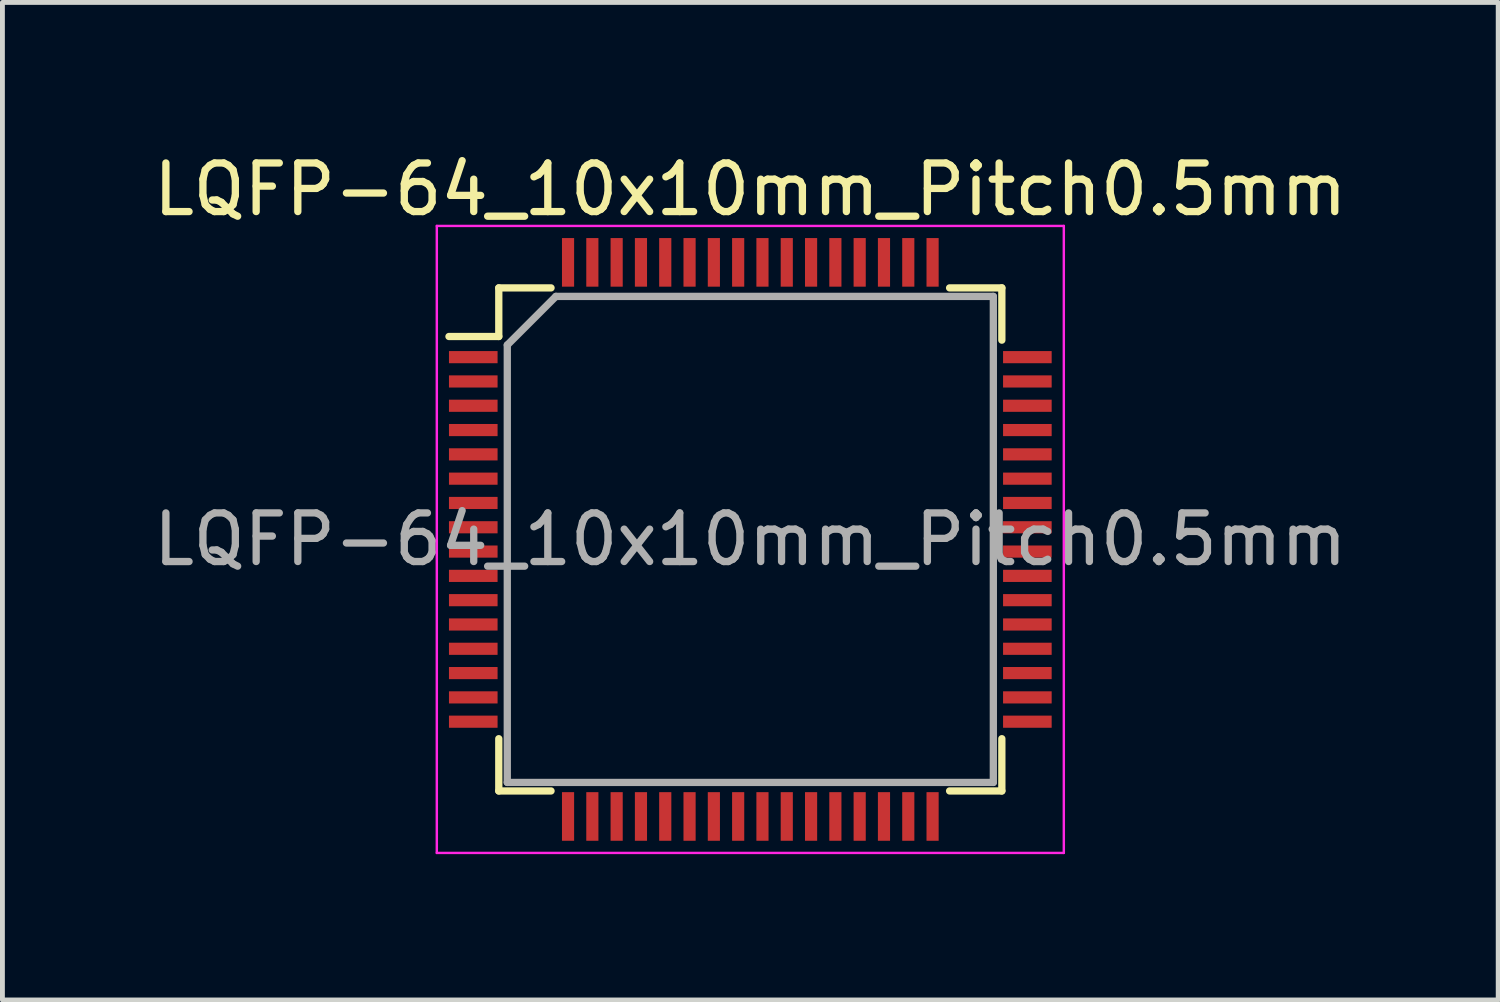
<source format=kicad_pcb>
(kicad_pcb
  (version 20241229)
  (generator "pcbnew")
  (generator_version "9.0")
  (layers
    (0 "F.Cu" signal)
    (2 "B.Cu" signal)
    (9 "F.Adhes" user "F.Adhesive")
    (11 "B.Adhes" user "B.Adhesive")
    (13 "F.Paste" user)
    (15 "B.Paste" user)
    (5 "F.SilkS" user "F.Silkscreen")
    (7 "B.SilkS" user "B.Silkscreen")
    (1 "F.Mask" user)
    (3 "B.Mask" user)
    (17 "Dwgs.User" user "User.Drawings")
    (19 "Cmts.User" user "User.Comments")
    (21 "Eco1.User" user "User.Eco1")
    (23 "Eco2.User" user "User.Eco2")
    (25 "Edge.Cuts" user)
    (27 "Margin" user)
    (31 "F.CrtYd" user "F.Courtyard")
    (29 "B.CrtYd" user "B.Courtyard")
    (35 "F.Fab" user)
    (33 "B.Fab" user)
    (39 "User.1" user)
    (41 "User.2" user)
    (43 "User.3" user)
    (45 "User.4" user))
  (footprint "LQFP-64_10x10mm_Pitch0.5mm"
    (layer "F.Cu")
    (at 12.387 8.048)
    (property "Reference" "LQFP-64_10x10mm_Pitch0.5mm" (at 0 -7.2 0) (layer "F.SilkS") (effects (font (size 1 1) (thickness 0.15))))
    (attr smd)
    (fp_line (start -5.175 -5.175) (end -5.175 -4.175) (stroke (width 0.15) (type solid)) (layer "F.SilkS"))
    (fp_line (start -5.175 -5.175) (end -4.1 -5.175) (stroke (width 0.15) (type solid)) (layer "F.SilkS"))
    (fp_line (start -5.175 -4.175) (end -6.2 -4.175) (stroke (width 0.15) (type solid)) (layer "F.SilkS"))
    (fp_line (start -5.175 5.175) (end -5.175 4.1) (stroke (width 0.15) (type solid)) (layer "F.SilkS"))
    (fp_line (start -5.175 5.175) (end -4.1 5.175) (stroke (width 0.15) (type solid)) (layer "F.SilkS"))
    (fp_line (start 5.175 -5.175) (end 4.1 -5.175) (stroke (width 0.15) (type solid)) (layer "F.SilkS"))
    (fp_line (start 5.175 -5.175) (end 5.175 -4.1) (stroke (width 0.15) (type solid)) (layer "F.SilkS"))
    (fp_line (start 5.175 5.175) (end 4.1 5.175) (stroke (width 0.15) (type solid)) (layer "F.SilkS"))
    (fp_line (start 5.175 5.175) (end 5.175 4.1) (stroke (width 0.15) (type solid)) (layer "F.SilkS"))
    (fp_line (start -6.45 -6.45) (end -6.45 6.45) (stroke (width 0.05) (type solid)) (layer "F.CrtYd"))
    (fp_line (start -6.45 -6.45) (end 6.45 -6.45) (stroke (width 0.05) (type solid)) (layer "F.CrtYd"))
    (fp_line (start -6.45 6.45) (end 6.45 6.45) (stroke (width 0.05) (type solid)) (layer "F.CrtYd"))
    (fp_line (start 6.45 -6.45) (end 6.45 6.45) (stroke (width 0.05) (type solid)) (layer "F.CrtYd"))
    (fp_line (start -5 -4) (end -4 -5) (stroke (width 0.15) (type solid)) (layer "F.Fab"))
    (fp_line (start -5 5) (end -5 -4) (stroke (width 0.15) (type solid)) (layer "F.Fab"))
    (fp_line (start -4 -5) (end 5 -5) (stroke (width 0.15) (type solid)) (layer "F.Fab"))
    (fp_line (start 5 -5) (end 5 5) (stroke (width 0.15) (type solid)) (layer "F.Fab"))
    (fp_line (start 5 5) (end -5 5) (stroke (width 0.15) (type solid)) (layer "F.Fab"))
    (fp_text user "${REFERENCE}" (at 0 0 0) (layer "F.Fab") (effects (font (size 1 1) (thickness 0.15))))
    (pad "1" smd rect (at -5.7 -3.75) (size 1 0.25) (layers "F.Cu" "F.Mask" "F.Paste"))
    (pad "2" smd rect (at -5.7 -3.25) (size 1 0.25) (layers "F.Cu" "F.Mask" "F.Paste"))
    (pad "3" smd rect (at -5.7 -2.75) (size 1 0.25) (layers "F.Cu" "F.Mask" "F.Paste"))
    (pad "4" smd rect (at -5.7 -2.25) (size 1 0.25) (layers "F.Cu" "F.Mask" "F.Paste"))
    (pad "5" smd rect (at -5.7 -1.75) (size 1 0.25) (layers "F.Cu" "F.Mask" "F.Paste"))
    (pad "6" smd rect (at -5.7 -1.25) (size 1 0.25) (layers "F.Cu" "F.Mask" "F.Paste"))
    (pad "7" smd rect (at -5.7 -0.75) (size 1 0.25) (layers "F.Cu" "F.Mask" "F.Paste"))
    (pad "8" smd rect (at -5.7 -0.25) (size 1 0.25) (layers "F.Cu" "F.Mask" "F.Paste"))
    (pad "9" smd rect (at -5.7 0.25) (size 1 0.25) (layers "F.Cu" "F.Mask" "F.Paste"))
    (pad "10" smd rect (at -5.7 0.75) (size 1 0.25) (layers "F.Cu" "F.Mask" "F.Paste"))
    (pad "11" smd rect (at -5.7 1.25) (size 1 0.25) (layers "F.Cu" "F.Mask" "F.Paste"))
    (pad "12" smd rect (at -5.7 1.75) (size 1 0.25) (layers "F.Cu" "F.Mask" "F.Paste"))
    (pad "13" smd rect (at -5.7 2.25) (size 1 0.25) (layers "F.Cu" "F.Mask" "F.Paste"))
    (pad "14" smd rect (at -5.7 2.75) (size 1 0.25) (layers "F.Cu" "F.Mask" "F.Paste"))
    (pad "15" smd rect (at -5.7 3.25) (size 1 0.25) (layers "F.Cu" "F.Mask" "F.Paste"))
    (pad "16" smd rect (at -5.7 3.75) (size 1 0.25) (layers "F.Cu" "F.Mask" "F.Paste"))
    (pad "17" smd rect (at -3.75 5.7 90) (size 1 0.25) (layers "F.Cu" "F.Mask" "F.Paste"))
    (pad "18" smd rect (at -3.25 5.7 90) (size 1 0.25) (layers "F.Cu" "F.Mask" "F.Paste"))
    (pad "19" smd rect (at -2.75 5.7 90) (size 1 0.25) (layers "F.Cu" "F.Mask" "F.Paste"))
    (pad "20" smd rect (at -2.25 5.7 90) (size 1 0.25) (layers "F.Cu" "F.Mask" "F.Paste"))
    (pad "21" smd rect (at -1.75 5.7 90) (size 1 0.25) (layers "F.Cu" "F.Mask" "F.Paste"))
    (pad "22" smd rect (at -1.25 5.7 90) (size 1 0.25) (layers "F.Cu" "F.Mask" "F.Paste"))
    (pad "23" smd rect (at -0.75 5.7 90) (size 1 0.25) (layers "F.Cu" "F.Mask" "F.Paste"))
    (pad "24" smd rect (at -0.25 5.7 90) (size 1 0.25) (layers "F.Cu" "F.Mask" "F.Paste"))
    (pad "25" smd rect (at 0.25 5.7 90) (size 1 0.25) (layers "F.Cu" "F.Mask" "F.Paste"))
    (pad "26" smd rect (at 0.75 5.7 90) (size 1 0.25) (layers "F.Cu" "F.Mask" "F.Paste"))
    (pad "27" smd rect (at 1.25 5.7 90) (size 1 0.25) (layers "F.Cu" "F.Mask" "F.Paste"))
    (pad "28" smd rect (at 1.75 5.7 90) (size 1 0.25) (layers "F.Cu" "F.Mask" "F.Paste"))
    (pad "29" smd rect (at 2.25 5.7 90) (size 1 0.25) (layers "F.Cu" "F.Mask" "F.Paste"))
    (pad "30" smd rect (at 2.75 5.7 90) (size 1 0.25) (layers "F.Cu" "F.Mask" "F.Paste"))
    (pad "31" smd rect (at 3.25 5.7 90) (size 1 0.25) (layers "F.Cu" "F.Mask" "F.Paste"))
    (pad "32" smd rect (at 3.75 5.7 90) (size 1 0.25) (layers "F.Cu" "F.Mask" "F.Paste"))
    (pad "33" smd rect (at 5.7 3.75) (size 1 0.25) (layers "F.Cu" "F.Mask" "F.Paste"))
    (pad "34" smd rect (at 5.7 3.25) (size 1 0.25) (layers "F.Cu" "F.Mask" "F.Paste"))
    (pad "35" smd rect (at 5.7 2.75) (size 1 0.25) (layers "F.Cu" "F.Mask" "F.Paste"))
    (pad "36" smd rect (at 5.7 2.25) (size 1 0.25) (layers "F.Cu" "F.Mask" "F.Paste"))
    (pad "37" smd rect (at 5.7 1.75) (size 1 0.25) (layers "F.Cu" "F.Mask" "F.Paste"))
    (pad "38" smd rect (at 5.7 1.25) (size 1 0.25) (layers "F.Cu" "F.Mask" "F.Paste"))
    (pad "39" smd rect (at 5.7 0.75) (size 1 0.25) (layers "F.Cu" "F.Mask" "F.Paste"))
    (pad "40" smd rect (at 5.7 0.25) (size 1 0.25) (layers "F.Cu" "F.Mask" "F.Paste"))
    (pad "41" smd rect (at 5.7 -0.25) (size 1 0.25) (layers "F.Cu" "F.Mask" "F.Paste"))
    (pad "42" smd rect (at 5.7 -0.75) (size 1 0.25) (layers "F.Cu" "F.Mask" "F.Paste"))
    (pad "43" smd rect (at 5.7 -1.25) (size 1 0.25) (layers "F.Cu" "F.Mask" "F.Paste"))
    (pad "44" smd rect (at 5.7 -1.75) (size 1 0.25) (layers "F.Cu" "F.Mask" "F.Paste"))
    (pad "45" smd rect (at 5.7 -2.25) (size 1 0.25) (layers "F.Cu" "F.Mask" "F.Paste"))
    (pad "46" smd rect (at 5.7 -2.75) (size 1 0.25) (layers "F.Cu" "F.Mask" "F.Paste"))
    (pad "47" smd rect (at 5.7 -3.25) (size 1 0.25) (layers "F.Cu" "F.Mask" "F.Paste"))
    (pad "48" smd rect (at 5.7 -3.75) (size 1 0.25) (layers "F.Cu" "F.Mask" "F.Paste"))
    (pad "49" smd rect (at 3.75 -5.7 90) (size 1 0.25) (layers "F.Cu" "F.Mask" "F.Paste"))
    (pad "50" smd rect (at 3.25 -5.7 90) (size 1 0.25) (layers "F.Cu" "F.Mask" "F.Paste"))
    (pad "51" smd rect (at 2.75 -5.7 90) (size 1 0.25) (layers "F.Cu" "F.Mask" "F.Paste"))
    (pad "52" smd rect (at 2.25 -5.7 90) (size 1 0.25) (layers "F.Cu" "F.Mask" "F.Paste"))
    (pad "53" smd rect (at 1.75 -5.7 90) (size 1 0.25) (layers "F.Cu" "F.Mask" "F.Paste"))
    (pad "54" smd rect (at 1.25 -5.7 90) (size 1 0.25) (layers "F.Cu" "F.Mask" "F.Paste"))
    (pad "55" smd rect (at 0.75 -5.7 90) (size 1 0.25) (layers "F.Cu" "F.Mask" "F.Paste"))
    (pad "56" smd rect (at 0.25 -5.7 90) (size 1 0.25) (layers "F.Cu" "F.Mask" "F.Paste"))
    (pad "57" smd rect (at -0.25 -5.7 90) (size 1 0.25) (layers "F.Cu" "F.Mask" "F.Paste"))
    (pad "58" smd rect (at -0.75 -5.7 90) (size 1 0.25) (layers "F.Cu" "F.Mask" "F.Paste"))
    (pad "59" smd rect (at -1.25 -5.7 90) (size 1 0.25) (layers "F.Cu" "F.Mask" "F.Paste"))
    (pad "60" smd rect (at -1.75 -5.7 90) (size 1 0.25) (layers "F.Cu" "F.Mask" "F.Paste"))
    (pad "61" smd rect (at -2.25 -5.7 90) (size 1 0.25) (layers "F.Cu" "F.Mask" "F.Paste"))
    (pad "62" smd rect (at -2.75 -5.7 90) (size 1 0.25) (layers "F.Cu" "F.Mask" "F.Paste"))
    (pad "63" smd rect (at -3.25 -5.7 90) (size 1 0.25) (layers "F.Cu" "F.Mask" "F.Paste"))
    (pad "64" smd rect (at -3.75 -5.7 90) (size 1 0.25) (layers "F.Cu" "F.Mask" "F.Paste")))
  (gr_rect
    (start -3 -3)
    (end 27.774 17.523)
    (stroke (width 0.1) (type default))
    (fill no)
    (layer "Edge.Cuts")))
</source>
